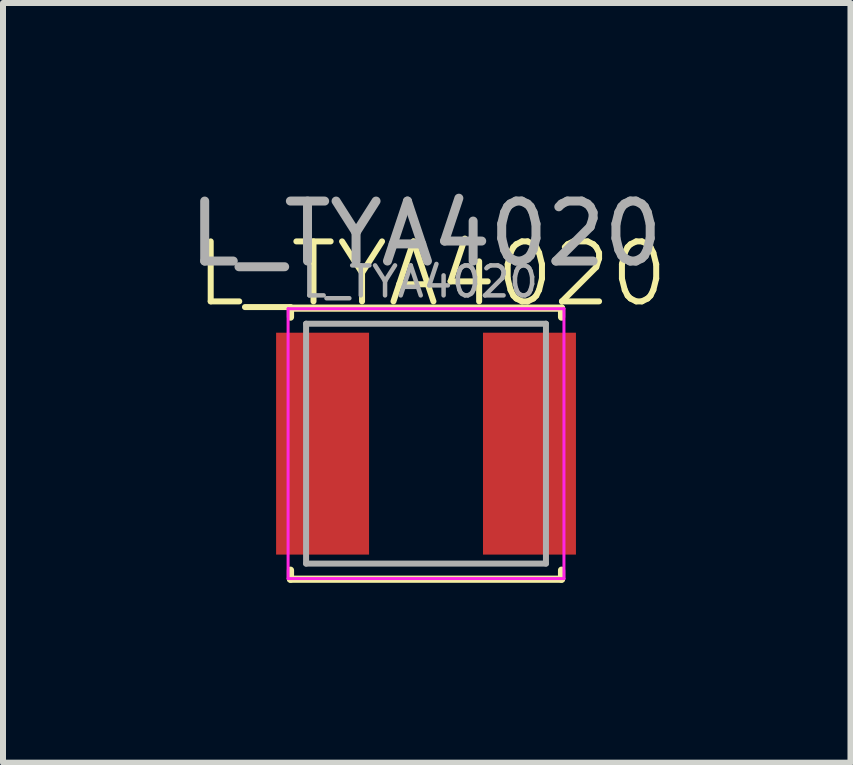
<source format=kicad_pcb>
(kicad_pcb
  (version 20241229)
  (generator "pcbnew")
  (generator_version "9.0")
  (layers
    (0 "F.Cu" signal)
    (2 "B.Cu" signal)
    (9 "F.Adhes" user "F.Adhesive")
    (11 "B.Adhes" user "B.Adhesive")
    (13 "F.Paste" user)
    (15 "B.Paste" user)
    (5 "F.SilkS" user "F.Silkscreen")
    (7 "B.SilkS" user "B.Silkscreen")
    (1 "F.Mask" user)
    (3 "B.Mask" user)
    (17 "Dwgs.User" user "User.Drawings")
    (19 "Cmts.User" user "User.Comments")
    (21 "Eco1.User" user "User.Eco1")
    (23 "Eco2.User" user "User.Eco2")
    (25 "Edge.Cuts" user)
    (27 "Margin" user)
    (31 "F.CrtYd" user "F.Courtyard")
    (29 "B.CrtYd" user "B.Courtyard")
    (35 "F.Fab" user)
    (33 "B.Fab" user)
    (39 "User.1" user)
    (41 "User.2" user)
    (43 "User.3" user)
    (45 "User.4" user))
  (footprint "L_TYA4020"
    (layer "F.Cu")
    (at 4.054 4.058)
    (property "Reference" "L_TYA4020" (at 0.1 -2.54 0) (unlocked yes) (layer "F.SilkS") (effects (font (size 1 1) (thickness 0.1))))
    (property "Value" "${VALUE}" (at 0 -2.54 0) (unlocked yes) (layer "F.Fab") (hide yes) (effects (font (size 1 1) (thickness 0.15))))
    (attr smd)
    (fp_line (start -2.26 -1.97) (end -2.26 -1.82) (stroke (width 0.12) (type solid)) (layer "F.SilkS"))
    (fp_line (start -2.26 -1.97) (end 2.26 -1.97) (stroke (width 0.12) (type solid)) (layer "F.SilkS"))
    (fp_line (start -2.26 2.55) (end -2.26 2.4) (stroke (width 0.12) (type solid)) (layer "F.SilkS"))
    (fp_line (start -2.26 2.55) (end 2.26 2.55) (stroke (width 0.12) (type solid)) (layer "F.SilkS"))
    (fp_line (start 2.26 -1.97) (end 2.26 -1.82) (stroke (width 0.12) (type solid)) (layer "F.SilkS"))
    (fp_line (start 2.26 2.55) (end 2.26 2.4) (stroke (width 0.12) (type solid)) (layer "F.SilkS"))
    (fp_line (start -2.3 -1.96) (end -2.3 2.54) (stroke (width 0.05) (type solid)) (layer "F.CrtYd"))
    (fp_line (start -2.3 2.54) (end 2.3 2.54) (stroke (width 0.05) (type solid)) (layer "F.CrtYd"))
    (fp_line (start 2.3 -1.96) (end -2.3 -1.96) (stroke (width 0.05) (type solid)) (layer "F.CrtYd"))
    (fp_line (start 2.3 2.54) (end 2.3 -1.96) (stroke (width 0.05) (type solid)) (layer "F.CrtYd"))
    (fp_line (start -2 -1.71) (end -2 2.29) (stroke (width 0.1) (type solid)) (layer "F.Fab"))
    (fp_line (start -2 2.29) (end 2 2.29) (stroke (width 0.1) (type solid)) (layer "F.Fab"))
    (fp_line (start 2 -1.71) (end -2 -1.71) (stroke (width 0.1) (type solid)) (layer "F.Fab"))
    (fp_line (start 2 2.29) (end 2 -1.71) (stroke (width 0.1) (type solid)) (layer "F.Fab"))
    (fp_text user "${REFERENCE}" (at -0.1 -2.41 0) (layer "F.Fab") (effects (font (size 0.5 0.5) (thickness 0.075))))
    (fp_text user "${REFERENCE}" (at 0 -3.21 0) (unlocked yes) (layer "F.Fab") (effects (font (size 1 1) (thickness 0.15))))
    (pad "1" smd rect (at -1.725 0.29) (size 1.55 3.7) (layers "F.Cu" "F.Mask" "F.Paste"))
    (pad "2" smd rect (at 1.725 0.29) (size 1.55 3.7) (layers "F.Cu" "F.Mask" "F.Paste")))
  (gr_rect
    (start -3 -3)
    (end 11.132 9.668)
    (stroke (width 0.1) (type default))
    (fill no)
    (layer "Edge.Cuts")))
</source>
